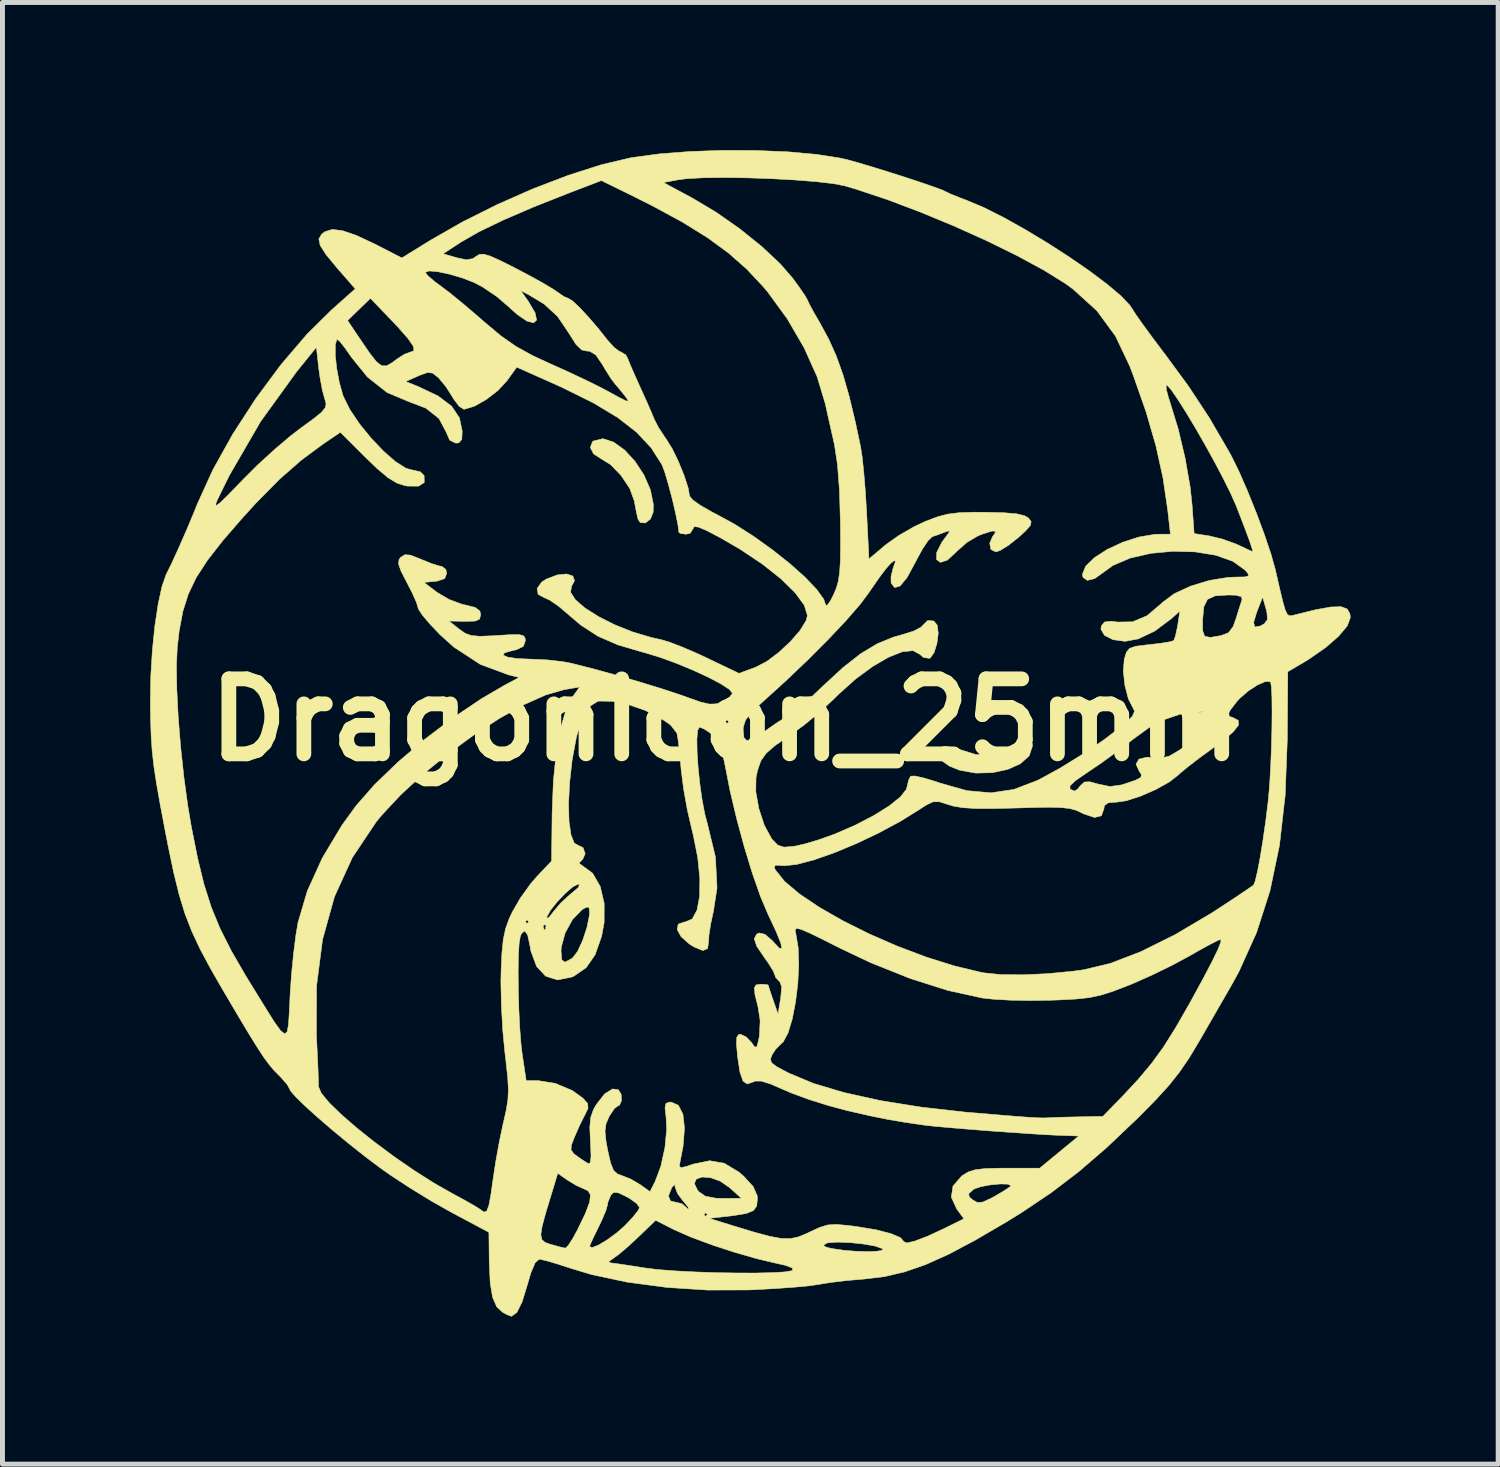
<source format=kicad_pcb>
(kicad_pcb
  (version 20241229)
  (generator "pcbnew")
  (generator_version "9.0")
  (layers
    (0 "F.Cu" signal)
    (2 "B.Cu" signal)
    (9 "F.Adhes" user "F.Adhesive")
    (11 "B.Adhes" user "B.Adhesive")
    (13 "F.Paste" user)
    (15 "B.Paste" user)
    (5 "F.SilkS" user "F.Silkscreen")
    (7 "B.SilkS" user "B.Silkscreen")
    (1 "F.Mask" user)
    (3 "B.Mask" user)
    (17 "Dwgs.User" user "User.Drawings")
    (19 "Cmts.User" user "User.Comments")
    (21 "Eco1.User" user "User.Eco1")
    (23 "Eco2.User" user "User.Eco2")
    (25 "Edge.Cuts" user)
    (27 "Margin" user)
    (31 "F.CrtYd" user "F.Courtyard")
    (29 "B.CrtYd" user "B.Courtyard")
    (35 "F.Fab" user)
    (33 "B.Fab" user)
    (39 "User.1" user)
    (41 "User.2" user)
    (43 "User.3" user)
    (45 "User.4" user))
  (footprint "DragonIcon_25mm"
    (layer "F.Cu")
    (at 11.688 11.579)
    (property "Reference" "DragonIcon_25mm" (at 0 0 0) (layer "F.SilkS") (effects (font (size 1.524 1.524) (thickness 0.3))))
    (attr through_hole)
    (fp_poly (pts (xy 6.22 0.402) (xy 6.241 0.503) (xy 6.241 0.533) (xy 6.175 0.729) (xy 5.997 0.89) (xy 5.737 1.006) (xy 5.425 1.072) (xy 5.091 1.08) (xy 4.765 1.023) (xy 4.554 0.938) (xy 4.35 0.795) (xy 4.277 0.666) (xy 4.32 0.573) (xy 4.464 0.536) (xy 4.695 0.575) (xy 4.791 0.609) (xy 5.086 0.702) (xy 5.334 0.709) (xy 5.598 0.626) (xy 5.762 0.544) (xy 6.006 0.422) (xy 6.15 0.375) (xy 6.22 0.402)) (stroke (width 0.01) (type solid)) (fill yes) (layer "F.SilkS"))
    (fp_poly (pts (xy -2.271 -5.646) (xy -2.047 -5.485) (xy -1.835 -5.255) (xy -1.654 -4.979) (xy -1.523 -4.68) (xy -1.462 -4.38) (xy -1.465 -4.222) (xy -1.522 -4.08) (xy -1.625 -4.002) (xy -1.727 -4.01) (xy -1.773 -4.077) (xy -1.804 -4.209) (xy -1.842 -4.409) (xy -1.848 -4.447) (xy -1.941 -4.702) (xy -2.116 -4.966) (xy -2.33 -5.187) (xy -2.519 -5.304) (xy -2.676 -5.406) (xy -2.743 -5.536) (xy -2.7 -5.651) (xy -2.678 -5.669) (xy -2.487 -5.715) (xy -2.271 -5.646)) (stroke (width 0.01) (type solid)) (fill yes) (layer "F.SilkS"))
    (fp_poly (pts (xy 0.629 -11.571) (xy 1.274 -11.544) (xy 1.855 -11.492) (xy 2.339 -11.416) (xy 2.467 -11.387) (xy 2.689 -11.326) (xy 2.981 -11.239) (xy 3.313 -11.136) (xy 3.654 -11.028) (xy 3.97 -10.923) (xy 4.233 -10.833) (xy 4.409 -10.768) (xy 4.463 -10.743) (xy 4.569 -10.691) (xy 4.761 -10.613) (xy 4.899 -10.561) (xy 5.247 -10.415) (xy 5.652 -10.212) (xy 6.092 -9.966) (xy 6.544 -9.694) (xy 6.987 -9.408) (xy 7.399 -9.124) (xy 7.756 -8.856) (xy 8.038 -8.618) (xy 8.221 -8.425) (xy 8.263 -8.362) (xy 8.344 -8.235) (xy 8.494 -8.023) (xy 8.691 -7.754) (xy 8.914 -7.458) (xy 8.924 -7.446) (xy 9.413 -6.78) (xy 9.836 -6.137) (xy 10.237 -5.448) (xy 10.28 -5.37) (xy 10.435 -5.056) (xy 10.611 -4.654) (xy 10.79 -4.209) (xy 10.956 -3.763) (xy 11.091 -3.361) (xy 11.178 -3.048) (xy 11.266 -2.664) (xy 11.33 -2.399) (xy 11.378 -2.234) (xy 11.42 -2.147) (xy 11.464 -2.116) (xy 11.52 -2.121) (xy 11.562 -2.132) (xy 11.993 -2.239) (xy 12.305 -2.295) (xy 12.514 -2.301) (xy 12.637 -2.255) (xy 12.693 -2.156) (xy 12.7 -2.076) (xy 12.638 -1.909) (xy 12.463 -1.701) (xy 12.198 -1.47) (xy 11.861 -1.236) (xy 11.757 -1.172) (xy 11.43 -0.98) (xy 11.42 0.399) (xy 11.377 1.528) (xy 11.261 2.547) (xy 11.068 3.473) (xy 10.794 4.324) (xy 10.436 5.116) (xy 10.276 5.407) (xy 10.154 5.619) (xy 9.983 5.915) (xy 9.789 6.252) (xy 9.628 6.531) (xy 9.426 6.868) (xy 9.229 7.156) (xy 9.011 7.43) (xy 8.741 7.726) (xy 8.393 8.078) (xy 8.36 8.11) (xy 7.753 8.687) (xy 7.187 9.175) (xy 6.622 9.606) (xy 6.018 10.012) (xy 5.697 10.21) (xy 5.071 10.575) (xy 4.536 10.859) (xy 4.066 11.07) (xy 3.64 11.217) (xy 3.233 11.312) (xy 2.823 11.361) (xy 2.803 11.363) (xy 2.474 11.391) (xy 2.152 11.429) (xy 1.904 11.469) (xy 1.896 11.471) (xy 1.702 11.499) (xy 1.399 11.527) (xy 1.025 11.554) (xy 0.614 11.577) (xy 0.472 11.583) (xy -0.358 11.585) (xy -1.192 11.531) (xy -1.989 11.425) (xy -2.713 11.271) (xy -3.137 11.144) (xy -3.407 11.056) (xy -3.565 11.009) (xy -2.373 11.009) (xy -2.326 11.034) (xy -2.322 11.034) (xy -2.202 11.049) (xy -1.982 11.081) (xy -1.703 11.125) (xy -1.633 11.136) (xy -1.37 11.169) (xy -1.026 11.195) (xy -0.627 11.216) (xy -0.203 11.231) (xy 0.221 11.238) (xy 0.616 11.239) (xy 0.954 11.231) (xy 1.209 11.216) (xy 1.353 11.192) (xy 1.366 11.185) (xy 1.364 11.137) (xy 1.22 11.082) (xy 1.031 11.04) (xy 0.639 10.947) (xy 0.187 10.817) (xy -0.235 10.679) (xy 1.993 10.679) (xy 2.054 10.715) (xy 2.177 10.743) (xy 2.399 10.776) (xy 2.645 10.796) (xy 2.882 10.803) (xy 3.075 10.797) (xy 3.191 10.777) (xy 3.196 10.744) (xy 3.195 10.744) (xy 3.048 10.692) (xy 2.812 10.65) (xy 2.539 10.621) (xy 2.282 10.611) (xy 2.095 10.623) (xy 2.052 10.636) (xy 1.993 10.679) (xy -0.235 10.679) (xy -0.273 10.666) (xy -0.694 10.51) (xy -1.027 10.364) (xy -1.052 10.352) (xy -1.415 10.167) (xy -1.778 10.517) (xy -1.984 10.707) (xy -2.168 10.863) (xy -2.286 10.947) (xy -2.373 11.009) (xy -3.565 11.009) (xy -3.631 10.99) (xy -3.768 10.959) (xy -3.781 10.958) (xy -3.864 11.03) (xy -3.954 11.243) (xy -4.015 11.455) (xy -4.126 11.819) (xy -4.234 12.039) (xy -4.341 12.117) (xy -4.351 12.117) (xy -4.439 12.083) (xy -4.522 12.039) (xy -4.646 11.923) (xy -4.729 11.731) (xy -4.777 11.442) (xy -4.796 11.032) (xy -4.797 11.006) (xy -4.803 10.459) (xy -3.748 10.459) (xy -3.728 10.558) (xy -3.665 10.615) (xy -3.558 10.654) (xy -3.543 10.658) (xy -3.365 10.707) (xy -3.254 10.733) (xy -3.249 10.734) (xy -3.213 10.7) (xy -2.758 10.7) (xy -2.707 10.722) (xy -2.577 10.671) (xy -2.398 10.564) (xy -2.204 10.421) (xy -2.05 10.286) (xy -1.885 10.112) (xy -1.836 10.051) (xy -0.435 10.051) (xy -0.399 10.087) (xy -0.363 10.051) (xy -0.399 10.015) (xy -0.435 10.051) (xy -1.836 10.051) (xy -1.773 9.971) (xy -1.742 9.907) (xy -1.8 9.827) (xy -1.945 9.722) (xy -2.001 9.691) (xy -2.033 9.675) (xy -1.156 9.675) (xy -1.111 9.776) (xy -1.02 9.797) (xy -0.881 9.83) (xy -0.835 9.87) (xy -0.76 9.939) (xy -0.745 9.942) (xy -0.757 9.897) (xy -0.846 9.788) (xy -0.858 9.774) (xy -0.97 9.625) (xy -1.017 9.502) (xy -1.03 9.437) (xy -1.084 9.5) (xy -1.089 9.507) (xy -1.156 9.675) (xy -2.033 9.675) (xy -2.174 9.608) (xy -2.269 9.6) (xy -2.326 9.656) (xy -2.386 9.801) (xy -2.394 9.854) (xy -2.425 9.967) (xy -2.506 10.158) (xy -2.576 10.305) (xy -2.676 10.509) (xy -2.742 10.654) (xy -2.758 10.7) (xy -3.213 10.7) (xy -3.19 10.678) (xy -3.093 10.527) (xy -3.003 10.36) (xy -2.843 10.028) (xy -2.757 9.799) (xy -2.74 9.652) (xy -2.789 9.568) (xy -2.854 9.537) (xy -3.028 9.459) (xy -3.208 9.35) (xy -3.404 9.212) (xy -3.543 9.668) (xy -3.655 10.038) (xy -3.723 10.293) (xy -3.748 10.459) (xy -4.803 10.459) (xy -4.803 10.412) (xy -5.577 9.999) (xy -5.97 9.777) (xy -6.399 9.514) (xy -6.8 9.252) (xy -7.003 9.109) (xy -7.322 8.869) (xy -7.655 8.605) (xy -7.983 8.334) (xy -8.284 8.075) (xy -8.54 7.844) (xy -8.73 7.659) (xy -8.835 7.537) (xy -8.849 7.507) (xy -8.9 7.412) (xy -9.024 7.269) (xy -9.074 7.218) (xy -9.171 7.12) (xy -9.267 7.006) (xy -9.375 6.859) (xy -9.506 6.66) (xy -9.651 6.426) (xy -8.308 6.426) (xy -8.29 6.78) (xy -8.276 7.094) (xy -8.268 7.331) (xy -8.266 7.452) (xy -8.21 7.584) (xy -8.05 7.777) (xy -7.803 8.018) (xy -7.488 8.291) (xy -7.123 8.582) (xy -6.728 8.875) (xy -6.32 9.157) (xy -5.918 9.412) (xy -5.541 9.626) (xy -5.539 9.627) (xy -5.293 9.76) (xy -5.095 9.873) (xy -4.983 9.944) (xy -4.975 9.951) (xy -4.902 10.001) (xy -4.848 9.98) (xy -4.805 9.869) (xy -4.763 9.647) (xy -4.726 9.38) (xy -4.668 8.994) (xy -4.592 8.574) (xy -4.515 8.205) (xy -4.508 8.179) (xy -4.45 7.922) (xy -4.417 7.713) (xy -4.408 7.506) (xy -4.422 7.26) (xy -4.458 6.93) (xy -4.478 6.763) (xy -4.522 6.305) (xy -4.55 5.796) (xy -4.56 5.315) (xy -4.556 5.128) (xy -4.209 5.128) (xy -4.205 5.509) (xy -4.194 5.905) (xy -4.175 6.282) (xy -4.149 6.609) (xy -4.128 6.782) (xy -4.046 7.33) (xy -3.799 7.33) (xy -3.454 7.385) (xy -3.11 7.53) (xy -2.897 7.682) (xy -2.797 7.793) (xy -2.789 7.892) (xy -2.857 8.032) (xy -2.964 8.246) (xy -3.068 8.485) (xy -3.073 8.497) (xy -3.128 8.641) (xy -3.135 8.736) (xy -3.075 8.818) (xy -2.928 8.924) (xy -2.786 9.015) (xy -2.744 8.999) (xy -2.728 8.869) (xy -2.738 8.612) (xy -2.741 8.567) (xy -2.753 8.277) (xy -2.735 8.077) (xy -2.678 7.915) (xy -2.62 7.814) (xy -2.45 7.597) (xy -2.288 7.498) (xy -2.171 7.515) (xy -2.116 7.606) (xy -2.109 7.734) (xy -2.147 7.827) (xy -2.175 7.838) (xy -2.253 7.896) (xy -2.349 8.039) (xy -2.363 8.064) (xy -2.425 8.21) (xy -2.444 8.359) (xy -2.423 8.564) (xy -2.389 8.748) (xy -2.33 9.005) (xy -2.271 9.152) (xy -2.19 9.226) (xy -2.115 9.253) (xy -1.923 9.329) (xy -1.731 9.442) (xy -1.53 9.585) (xy -1.446 9.419) (xy -0.629 9.419) (xy -0.564 9.556) (xy -0.54 9.584) (xy -0.405 9.678) (xy -0.195 9.718) (xy -0.043 9.722) (xy 0.327 9.72) (xy 0.09 9.505) (xy -0.101 9.373) (xy -0.296 9.302) (xy -0.467 9.288) (xy -0.587 9.328) (xy -0.629 9.419) (xy -1.446 9.419) (xy -1.427 9.382) (xy -1.31 9.07) (xy -1.227 8.693) (xy -1.191 8.319) (xy -1.203 8.077) (xy -1.225 7.882) (xy -1.205 7.791) (xy -1.131 7.766) (xy -1.102 7.765) (xy -0.954 7.83) (xy -0.861 8.012) (xy -0.829 8.296) (xy -0.858 8.665) (xy -0.918 8.974) (xy -0.934 9.068) (xy -0.898 9.098) (xy -0.778 9.069) (xy -0.649 9.025) (xy -0.317 8.957) (xy -0.021 9.008) (xy 0.273 9.186) (xy 0.371 9.269) (xy 0.567 9.482) (xy 0.649 9.67) (xy 0.653 9.729) (xy 0.638 9.876) (xy 0.572 9.97) (xy 0.426 10.029) (xy 0.173 10.071) (xy 0.08 10.082) (xy -0.327 10.128) (xy 0.181 10.285) (xy 0.6 10.412) (xy 0.911 10.495) (xy 1.142 10.537) (xy 1.323 10.539) (xy 1.484 10.505) (xy 1.654 10.435) (xy 1.721 10.403) (xy 1.921 10.311) (xy 2.081 10.262) (xy 2.252 10.251) (xy 2.485 10.271) (xy 2.673 10.295) (xy 3.064 10.36) (xy 3.366 10.438) (xy 3.56 10.52) (xy 3.629 10.602) (xy 3.689 10.628) (xy 3.857 10.588) (xy 4.115 10.489) (xy 4.438 10.339) (xy 4.849 10.136) (xy 4.704 9.94) (xy 4.593 9.698) (xy 4.603 9.631) (xy 4.943 9.631) (xy 4.962 9.697) (xy 5.029 9.754) (xy 5.124 9.806) (xy 5.233 9.797) (xy 5.402 9.719) (xy 5.483 9.675) (xy 5.666 9.567) (xy 5.783 9.488) (xy 5.806 9.464) (xy 5.743 9.433) (xy 5.588 9.429) (xy 5.39 9.447) (xy 5.197 9.483) (xy 5.058 9.531) (xy 5.039 9.543) (xy 4.943 9.631) (xy 4.603 9.631) (xy 4.626 9.473) (xy 4.801 9.27) (xy 4.814 9.26) (xy 4.935 9.186) (xy 5.08 9.14) (xy 5.284 9.116) (xy 5.586 9.108) (xy 5.704 9.108) (xy 6.389 9.108) (xy 6.786 8.781) (xy 7.182 8.455) (xy 6.73 8.439) (xy 6.494 8.427) (xy 6.163 8.406) (xy 5.769 8.379) (xy 5.348 8.349) (xy 4.934 8.316) (xy 4.56 8.285) (xy 4.261 8.258) (xy 4.071 8.238) (xy 4.064 8.237) (xy 3.652 8.177) (xy 3.299 8.117) (xy 2.94 8.044) (xy 2.509 7.946) (xy 2.475 7.938) (xy 2.088 7.834) (xy 1.688 7.708) (xy 1.336 7.578) (xy 1.202 7.52) (xy 0.916 7.396) (xy 0.727 7.338) (xy 0.605 7.339) (xy 0.562 7.358) (xy 0.445 7.398) (xy 0.36 7.337) (xy 0.298 7.159) (xy 0.257 6.893) (xy 0.917 6.893) (xy 0.94 6.966) (xy 1.044 7.046) (xy 1.254 7.158) (xy 1.296 7.179) (xy 1.792 7.386) (xy 2.415 7.572) (xy 3.148 7.734) (xy 3.973 7.867) (xy 4.872 7.969) (xy 5.007 7.98) (xy 5.492 8.021) (xy 5.855 8.051) (xy 6.116 8.071) (xy 6.298 8.082) (xy 6.422 8.087) (xy 6.51 8.087) (xy 6.568 8.084) (xy 6.714 8.077) (xy 6.951 8.07) (xy 7.193 8.065) (xy 7.674 8.055) (xy 8.079 7.638) (xy 8.397 7.297) (xy 8.664 6.977) (xy 8.908 6.641) (xy 9.154 6.249) (xy 9.431 5.766) (xy 9.449 5.733) (xy 9.706 5.263) (xy 9.892 4.908) (xy 10.012 4.661) (xy 10.069 4.514) (xy 10.071 4.458) (xy 10.003 4.483) (xy 9.839 4.567) (xy 9.606 4.695) (xy 9.452 4.784) (xy 9.095 4.977) (xy 8.678 5.181) (xy 8.276 5.36) (xy 8.179 5.399) (xy 7.878 5.514) (xy 7.633 5.592) (xy 7.399 5.642) (xy 7.131 5.671) (xy 6.783 5.69) (xy 6.6 5.696) (xy 6.197 5.702) (xy 5.796 5.695) (xy 5.446 5.675) (xy 5.225 5.651) (xy 4.523 5.497) (xy 3.755 5.253) (xy 2.955 4.933) (xy 2.341 4.642) (xy 1.972 4.456) (xy 1.713 4.33) (xy 1.547 4.258) (xy 1.456 4.235) (xy 1.422 4.255) (xy 1.425 4.311) (xy 1.434 4.345) (xy 1.481 4.625) (xy 1.493 4.971) (xy 1.474 5.35) (xy 1.428 5.729) (xy 1.361 6.076) (xy 1.275 6.359) (xy 1.177 6.543) (xy 1.13 6.585) (xy 1.025 6.69) (xy 0.952 6.802) (xy 0.917 6.893) (xy 0.257 6.893) (xy 0.251 6.852) (xy 0.25 6.84) (xy 0.227 6.588) (xy 0.233 6.449) (xy 0.271 6.393) (xy 0.308 6.386) (xy 0.427 6.442) (xy 0.528 6.55) (xy 0.599 6.646) (xy 0.64 6.643) (xy 0.674 6.522) (xy 0.693 6.425) (xy 0.708 6.108) (xy 0.664 5.826) (xy 0.603 5.581) (xy 0.589 5.444) (xy 0.626 5.384) (xy 0.718 5.37) (xy 0.726 5.37) (xy 0.844 5.378) (xy 0.872 5.388) (xy 0.894 5.461) (xy 0.948 5.623) (xy 0.972 5.692) (xy 1.071 5.977) (xy 1.125 5.658) (xy 1.146 5.424) (xy 1.108 5.318) (xy 1.098 5.313) (xy 1.018 5.227) (xy 1.014 5.201) (xy 0.972 5.097) (xy 0.867 4.929) (xy 0.796 4.831) (xy 0.64 4.6) (xy 0.588 4.448) (xy 0.635 4.356) (xy 0.686 4.329) (xy 0.803 4.355) (xy 0.953 4.482) (xy 0.976 4.509) (xy 1.099 4.638) (xy 1.149 4.646) (xy 1.127 4.533) (xy 1.031 4.296) (xy 0.869 3.951) (xy 0.715 3.588) (xy 0.551 3.119) (xy 0.514 2.999) (xy 0.995 2.999) (xy 1.015 3.043) (xy 1.201 3.277) (xy 1.506 3.535) (xy 1.91 3.807) (xy 2.39 4.081) (xy 2.925 4.348) (xy 3.494 4.596) (xy 4.075 4.816) (xy 4.646 4.996) (xy 5.187 5.126) (xy 5.261 5.14) (xy 5.602 5.175) (xy 6.045 5.179) (xy 6.549 5.156) (xy 7.074 5.105) (xy 7.284 5.076) (xy 7.825 4.947) (xy 8.446 4.708) (xy 9.138 4.364) (xy 9.891 3.919) (xy 10.378 3.599) (xy 10.564 3.473) (xy 10.695 3.384) (xy 10.734 3.358) (xy 10.768 3.274) (xy 10.815 3.074) (xy 10.87 2.787) (xy 10.926 2.44) (xy 10.98 2.064) (xy 11.027 1.685) (xy 11.037 1.597) (xy 11.062 1.302) (xy 11.082 0.95) (xy 11.097 0.568) (xy 11.107 0.186) (xy 11.11 -0.168) (xy 11.107 -0.466) (xy 11.097 -0.677) (xy 11.079 -0.774) (xy 11.078 -0.775) (xy 10.98 -0.782) (xy 10.816 -0.712) (xy 10.626 -0.588) (xy 10.45 -0.435) (xy 10.389 -0.367) (xy 10.261 -0.2) (xy 10.219 -0.111) (xy 10.253 -0.068) (xy 10.308 -0.051) (xy 10.423 0.008) (xy 10.43 0.103) (xy 10.322 0.242) (xy 10.095 0.435) (xy 9.893 0.583) (xy 9.633 0.773) (xy 9.408 0.946) (xy 9.251 1.075) (xy 9.211 1.113) (xy 9.02 1.262) (xy 8.744 1.416) (xy 8.435 1.55) (xy 8.148 1.642) (xy 7.965 1.669) (xy 7.781 1.684) (xy 7.703 1.741) (xy 7.693 1.807) (xy 7.643 1.947) (xy 7.503 1.982) (xy 7.282 1.909) (xy 7.24 1.888) (xy 7.126 1.835) (xy 6.997 1.8) (xy 6.826 1.781) (xy 6.585 1.774) (xy 6.248 1.78) (xy 5.908 1.79) (xy 5.436 1.801) (xy 5.084 1.8) (xy 4.824 1.783) (xy 4.633 1.751) (xy 4.536 1.721) (xy 4.352 1.663) (xy 4.221 1.664) (xy 4.078 1.732) (xy 3.955 1.813) (xy 3.559 2.059) (xy 3.119 2.296) (xy 2.662 2.513) (xy 2.215 2.699) (xy 1.804 2.843) (xy 1.457 2.935) (xy 1.199 2.963) (xy 1.154 2.959) (xy 1.017 2.951) (xy 0.995 2.999) (xy 0.514 2.999) (xy 0.386 2.58) (xy 0.231 2.007) (xy 0.096 1.438) (xy -0.004 0.925) (xy -0.068 0.626) (xy -0.146 0.432) (xy -0.255 0.303) (xy -0.271 0.29) (xy -0.42 0.189) (xy -0.523 0.145) (xy -0.525 0.145) (xy -0.562 0.212) (xy -0.577 0.391) (xy -0.573 0.653) (xy -0.552 0.967) (xy -0.517 1.304) (xy -0.47 1.632) (xy -0.414 1.922) (xy -0.365 2.105) (xy -0.2 2.786) (xy -0.168 3.414) (xy -0.24 3.883) (xy -0.297 4.146) (xy -0.332 4.375) (xy -0.338 4.492) (xy -0.359 4.647) (xy -0.456 4.686) (xy -0.635 4.613) (xy -0.731 4.553) (xy -0.9 4.402) (xy -0.977 4.259) (xy -0.957 4.15) (xy -0.834 4.106) (xy -0.816 4.106) (xy -0.673 4.046) (xy -0.575 3.866) (xy -0.522 3.585) (xy -0.517 3.223) (xy -0.56 2.798) (xy -0.653 2.329) (xy -0.682 2.213) (xy -0.771 1.829) (xy -0.847 1.405) (xy -0.896 1.023) (xy -0.901 0.964) (xy -0.927 0.673) (xy -0.955 0.431) (xy -0.981 0.281) (xy -0.987 0.262) (xy -1.112 0.103) (xy -1.208 0.036) (xy 0 0.036) (xy 0.036 0.073) (xy 0.073 0.036) (xy 0.036 0) (xy 0 0.036) (xy -1.208 0.036) (xy -1.343 -0.056) (xy -1.641 -0.199) (xy -1.969 -0.312) (xy -2.288 -0.378) (xy -2.559 -0.383) (xy -2.592 -0.378) (xy -2.758 -0.273) (xy -2.903 -0.034) (xy -3.022 0.333) (xy -3.113 0.819) (xy -3.164 1.279) (xy -3.185 1.706) (xy -3.175 2.066) (xy -3.135 2.337) (xy -3.07 2.501) (xy -3.005 2.54) (xy -2.89 2.596) (xy -2.847 2.718) (xy -2.899 2.835) (xy -2.91 2.843) (xy -2.973 2.91) (xy -2.917 2.952) (xy -2.696 3.115) (xy -2.542 3.382) (xy -2.461 3.726) (xy -2.462 4.118) (xy -2.513 4.396) (xy -2.646 4.773) (xy -2.827 5.034) (xy -3.075 5.205) (xy -3.121 5.225) (xy -3.408 5.283) (xy -3.65 5.207) (xy -3.835 5.009) (xy -3.95 4.698) (xy -3.338 4.698) (xy -3.322 4.876) (xy -3.258 4.923) (xy -3.125 4.851) (xy -3.097 4.83) (xy -2.999 4.699) (xy -2.897 4.477) (xy -2.812 4.22) (xy -2.763 3.98) (xy -2.758 3.898) (xy -2.771 3.803) (xy -2.836 3.811) (xy -2.915 3.86) (xy -3.103 4.053) (xy -3.253 4.326) (xy -3.333 4.615) (xy -3.338 4.698) (xy -3.95 4.698) (xy -3.951 4.697) (xy -3.97 4.584) (xy -4.016 4.369) (xy -4.075 4.287) (xy -4.141 4.342) (xy -4.165 4.397) (xy -4.189 4.539) (xy -4.204 4.794) (xy -4.209 5.128) (xy -4.556 5.128) (xy -4.556 5.116) (xy -4.539 4.736) (xy -4.511 4.459) (xy -4.465 4.242) (xy -4.453 4.209) (xy -3.701 4.209) (xy -3.675 4.269) (xy -3.653 4.258) (xy -3.644 4.171) (xy -3.653 4.161) (xy -3.696 4.171) (xy -3.701 4.209) (xy -4.453 4.209) (xy -4.414 4.1) (xy -4.064 4.1) (xy -4.028 4.137) (xy -3.991 4.1) (xy -4.028 4.064) (xy -4.064 4.1) (xy -4.414 4.1) (xy -4.393 4.043) (xy -4.384 4.023) (xy -3.628 4.023) (xy -3.595 4.024) (xy -3.513 3.925) (xy -3.495 3.899) (xy -3.346 3.721) (xy -3.151 3.543) (xy -3.119 3.518) (xy -2.983 3.402) (xy -2.965 3.343) (xy -2.992 3.338) (xy -3.098 3.391) (xy -3.251 3.523) (xy -3.414 3.694) (xy -3.551 3.866) (xy -3.624 3.998) (xy -3.628 4.023) (xy -4.384 4.023) (xy -4.334 3.914) (xy -4.166 3.622) (xy -3.953 3.326) (xy -3.834 3.188) (xy -3.53 2.867) (xy -3.519 1.887) (xy -3.494 1.249) (xy -3.436 0.674) (xy -3.35 0.183) (xy -3.238 -0.204) (xy -3.109 -0.461) (xy -2.96 -0.669) (xy -3.276 -0.615) (xy -3.651 -0.507) (xy -4.097 -0.307) (xy -4.592 -0.029) (xy -5.113 0.309) (xy -5.635 0.69) (xy -6.136 1.098) (xy -6.592 1.518) (xy -6.979 1.932) (xy -7.091 2.068) (xy -7.578 2.796) (xy -7.942 3.593) (xy -8.184 4.463) (xy -8.306 5.409) (xy -8.308 6.426) (xy -9.651 6.426) (xy -9.673 6.391) (xy -9.887 6.034) (xy -10.161 5.569) (xy -10.172 5.552) (xy -10.448 5.073) (xy -10.667 4.666) (xy -10.84 4.297) (xy -10.981 3.934) (xy -11.1 3.543) (xy -11.211 3.091) (xy -11.325 2.544) (xy -11.382 2.25) (xy -11.483 1.718) (xy -11.558 1.293) (xy -11.611 0.942) (xy -11.646 0.631) (xy -11.667 0.325) (xy -11.678 -0.01) (xy -11.683 -0.372) (xy -11.674 -0.891) (xy -11.661 -1.098) (xy -11.153 -1.098) (xy -11.145 -0.613) (xy -11.116 -0.051) (xy -11.067 0.552) (xy -11.001 1.164) (xy -10.921 1.751) (xy -10.849 2.177) (xy -10.722 2.811) (xy -10.593 3.34) (xy -10.446 3.803) (xy -10.266 4.24) (xy -10.039 4.69) (xy -9.749 5.192) (xy -9.609 5.42) (xy -9.353 5.835) (xy -9.167 6.132) (xy -9.037 6.313) (xy -8.953 6.38) (xy -8.903 6.337) (xy -8.875 6.186) (xy -8.859 5.929) (xy -8.843 5.59) (xy -8.815 5.173) (xy -8.773 4.748) (xy -8.725 4.367) (xy -8.682 4.116) (xy -8.494 3.478) (xy -8.19 2.808) (xy -7.788 2.137) (xy -7.501 1.742) (xy -7.127 1.315) (xy -6.653 0.858) (xy -6.11 0.396) (xy -5.531 -0.043) (xy -4.949 -0.435) (xy -4.471 -0.713) (xy -4.189 -0.863) (xy -4.399 -0.914) (xy -4.978 -1.129) (xy -5.518 -1.482) (xy -5.799 -1.735) (xy -5.999 -1.946) (xy -6.153 -2.127) (xy -6.234 -2.249) (xy -6.241 -2.273) (xy -6.274 -2.383) (xy -6.359 -2.576) (xy -6.468 -2.788) (xy -6.588 -3.022) (xy -6.639 -3.167) (xy -6.63 -3.258) (xy -6.595 -3.305) (xy -6.512 -3.357) (xy -6.397 -3.349) (xy -6.205 -3.274) (xy -6.179 -3.263) (xy -5.97 -3.178) (xy -5.806 -3.127) (xy -5.762 -3.121) (xy -5.679 -3.06) (xy -5.661 -2.98) (xy -5.702 -2.872) (xy -5.849 -2.822) (xy -5.892 -2.817) (xy -6.123 -2.794) (xy -5.855 -2.591) (xy -5.613 -2.448) (xy -5.343 -2.348) (xy -5.279 -2.335) (xy -5.077 -2.284) (xy -4.986 -2.211) (xy -4.971 -2.139) (xy -4.992 -2.049) (xy -5.081 -2.009) (xy -5.274 -2.003) (xy -5.293 -2.003) (xy -5.614 -2.01) (xy -5.406 -1.844) (xy -5.286 -1.76) (xy -5.16 -1.715) (xy -4.988 -1.7) (xy -4.726 -1.71) (xy -4.631 -1.717) (xy -4.347 -1.733) (xy -4.178 -1.732) (xy -4.094 -1.707) (xy -4.066 -1.653) (xy -4.064 -1.607) (xy -4.103 -1.495) (xy -4.24 -1.428) (xy -4.325 -1.409) (xy -4.485 -1.364) (xy -4.514 -1.317) (xy -4.424 -1.277) (xy -4.229 -1.247) (xy -3.944 -1.235) (xy -3.933 -1.235) (xy -3.619 -1.22) (xy -3.303 -1.184) (xy -3.135 -1.153) (xy -2.717 -1.048) (xy -2.243 -0.918) (xy -1.757 -0.777) (xy -1.303 -0.638) (xy -0.924 -0.513) (xy -0.777 -0.46) (xy -0.506 -0.365) (xy -0.324 -0.322) (xy -0.188 -0.326) (xy -0.069 -0.364) (xy 0.079 -0.451) (xy 0.145 -0.541) (xy 0.145 -0.544) (xy 0.081 -0.622) (xy -0.093 -0.735) (xy -0.348 -0.869) (xy -0.658 -1.012) (xy -0.994 -1.151) (xy -1.329 -1.273) (xy -1.635 -1.366) (xy -1.672 -1.375) (xy -2.179 -1.524) (xy -2.585 -1.7) (xy -2.936 -1.927) (xy -3.185 -2.139) (xy -3.385 -2.309) (xy -3.564 -2.433) (xy -3.664 -2.478) (xy -3.803 -2.551) (xy -3.824 -2.67) (xy -3.731 -2.801) (xy -3.637 -2.862) (xy -3.41 -2.948) (xy -3.222 -2.966) (xy -3.097 -2.924) (xy -3.064 -2.829) (xy -3.124 -2.717) (xy -3.144 -2.595) (xy -3.046 -2.442) (xy -2.85 -2.273) (xy -2.576 -2.1) (xy -2.245 -1.933) (xy -1.878 -1.787) (xy -1.495 -1.673) (xy -1.306 -1.632) (xy -1.131 -1.58) (xy -0.869 -1.479) (xy -0.563 -1.347) (xy -0.387 -1.265) (xy 0.278 -0.946) (xy 0.62 -1.072) (xy 0.845 -1.19) (xy 1.091 -1.375) (xy 1.326 -1.595) (xy 1.52 -1.819) (xy 1.642 -2.017) (xy 1.669 -2.122) (xy 1.605 -2.331) (xy 1.421 -2.583) (xy 1.133 -2.866) (xy 0.756 -3.165) (xy 0.304 -3.467) (xy -0.091 -3.697) (xy -0.369 -3.843) (xy -0.544 -3.918) (xy -0.632 -3.928) (xy -0.653 -3.889) (xy -0.714 -3.793) (xy -0.798 -3.774) (xy -0.916 -3.79) (xy -0.943 -3.813) (xy -0.963 -3.967) (xy -1.013 -4.214) (xy -1.082 -4.506) (xy -1.159 -4.796) (xy -1.231 -5.039) (xy -1.287 -5.186) (xy -1.506 -5.529) (xy -1.799 -5.844) (xy -2.184 -6.143) (xy -2.675 -6.439) (xy -3.29 -6.744) (xy -3.443 -6.814) (xy -4.237 -7.168) (xy -4.44 -6.888) (xy -4.622 -6.692) (xy -4.858 -6.51) (xy -5.099 -6.374) (xy -5.299 -6.314) (xy -5.315 -6.314) (xy -5.407 -6.372) (xy -5.518 -6.517) (xy -5.545 -6.564) (xy -5.676 -6.771) (xy -5.819 -6.944) (xy -5.833 -6.957) (xy -5.946 -7.047) (xy -6.05 -7.06) (xy -6.212 -7.002) (xy -6.241 -6.989) (xy -6.495 -6.877) (xy -6.241 -6.775) (xy -5.835 -6.582) (xy -5.56 -6.374) (xy -5.402 -6.137) (xy -5.346 -5.871) (xy -5.354 -5.7) (xy -5.413 -5.632) (xy -5.475 -5.624) (xy -5.599 -5.684) (xy -5.675 -5.856) (xy -5.817 -6.123) (xy -6.082 -6.334) (xy -6.437 -6.47) (xy -6.872 -6.653) (xy -7.271 -6.968) (xy -7.594 -7.367) (xy -7.732 -7.564) (xy -7.839 -7.697) (xy -7.892 -7.735) (xy -7.925 -7.621) (xy -7.925 -7.408) (xy -7.896 -7.14) (xy -7.843 -6.857) (xy -7.772 -6.603) (xy -7.762 -6.576) (xy -7.63 -6.309) (xy -7.433 -6.016) (xy -7.196 -5.725) (xy -6.944 -5.46) (xy -6.7 -5.247) (xy -6.488 -5.113) (xy -6.365 -5.08) (xy -6.197 -5.042) (xy -6.12 -4.966) (xy -6.117 -4.824) (xy -6.233 -4.75) (xy -6.458 -4.752) (xy -6.504 -4.759) (xy -6.673 -4.813) (xy -6.854 -4.923) (xy -7.076 -5.109) (xy -7.303 -5.328) (xy -7.821 -5.845) (xy -8.166 -5.612) (xy -8.612 -5.282) (xy -9.058 -4.892) (xy -9.53 -4.414) (xy -9.816 -4.1) (xy -10.216 -3.638) (xy -10.522 -3.245) (xy -10.75 -2.894) (xy -10.912 -2.556) (xy -11.023 -2.204) (xy -11.097 -1.809) (xy -11.136 -1.474) (xy -11.153 -1.098) (xy -11.661 -1.098) (xy -11.642 -1.415) (xy -11.591 -1.912) (xy -11.524 -2.356) (xy -11.446 -2.715) (xy -11.36 -2.961) (xy -11.352 -2.975) (xy -11.247 -3.187) (xy -11.109 -3.49) (xy -10.956 -3.838) (xy -10.809 -4.188) (xy -10.73 -4.383) (xy -10.356 -4.383) (xy -10.343 -4.357) (xy -10.268 -4.411) (xy -10.12 -4.553) (xy -9.889 -4.792) (xy -9.815 -4.869) (xy -9.508 -5.176) (xy -9.166 -5.489) (xy -8.839 -5.767) (xy -8.627 -5.93) (xy -8.367 -6.119) (xy -8.207 -6.249) (xy -8.129 -6.343) (xy -8.112 -6.424) (xy -8.137 -6.516) (xy -8.139 -6.522) (xy -8.188 -6.7) (xy -8.235 -6.956) (xy -8.261 -7.143) (xy -8.309 -7.573) (xy -8.717 -7.068) (xy -9.442 -6.065) (xy -10.079 -4.966) (xy -10.317 -4.481) (xy -10.356 -4.383) (xy -10.73 -4.383) (xy -10.727 -4.391) (xy -10.414 -5.079) (xy -10.011 -5.803) (xy -9.541 -6.528) (xy -9.03 -7.217) (xy -8.503 -7.834) (xy -8.218 -8.117) (xy -7.675 -8.117) (xy -7.423 -7.741) (xy -7.228 -7.456) (xy -7.089 -7.279) (xy -6.982 -7.197) (xy -6.882 -7.195) (xy -6.766 -7.262) (xy -6.677 -7.33) (xy -6.522 -7.43) (xy -6.404 -7.473) (xy -6.326 -7.502) (xy -6.338 -7.592) (xy -6.448 -7.751) (xy -6.66 -7.992) (xy -6.762 -8.1) (xy -7.211 -8.567) (xy -7.443 -8.342) (xy -7.675 -8.117) (xy -8.218 -8.117) (xy -8.013 -8.32) (xy -7.519 -8.76) (xy -7.806 -9.09) (xy -6.094 -9.09) (xy -6.039 -9.021) (xy -5.899 -8.902) (xy -5.786 -8.819) (xy -5.598 -8.677) (xy -5.344 -8.47) (xy -5.062 -8.231) (xy -4.895 -8.085) (xy -4.56 -7.804) (xy -4.25 -7.588) (xy -3.905 -7.398) (xy -3.553 -7.236) (xy -3.197 -7.076) (xy -2.845 -6.91) (xy -2.544 -6.762) (xy -2.395 -6.683) (xy -2.152 -6.55) (xy -2.017 -6.483) (xy -1.971 -6.477) (xy -1.996 -6.527) (xy -2.039 -6.586) (xy -2.169 -6.745) (xy -2.236 -6.822) (xy -2.332 -6.951) (xy -2.454 -7.146) (xy -2.497 -7.221) (xy -2.631 -7.417) (xy -2.757 -7.493) (xy -2.811 -7.495) (xy -2.921 -7.52) (xy -3.036 -7.634) (xy -3.179 -7.86) (xy -3.184 -7.868) (xy -3.409 -8.2) (xy -3.68 -8.45) (xy -3.984 -8.634) (xy -4.158 -8.725) (xy -4.002 -8.506) (xy -3.865 -8.273) (xy -3.834 -8.126) (xy -3.894 -8.069) (xy -4.031 -8.105) (xy -4.231 -8.241) (xy -4.393 -8.388) (xy -4.641 -8.601) (xy -4.927 -8.795) (xy -5.102 -8.888) (xy -5.349 -8.983) (xy -5.607 -9.058) (xy -5.841 -9.108) (xy -6.015 -9.123) (xy -6.093 -9.098) (xy -6.094 -9.09) (xy -7.806 -9.09) (xy -7.896 -9.193) (xy -8.113 -9.456) (xy -8.232 -9.642) (xy -8.259 -9.773) (xy -8.202 -9.871) (xy -8.135 -9.921) (xy -7.987 -9.967) (xy -7.781 -9.943) (xy -7.498 -9.846) (xy -7.12 -9.669) (xy -7.042 -9.629) (xy -6.572 -9.388) (xy -6.434 -9.473) (xy -5.733 -9.473) (xy -5.461 -9.393) (xy -5.259 -9.35) (xy -5.129 -9.374) (xy -5.064 -9.419) (xy -4.995 -9.46) (xy -4.906 -9.464) (xy -4.77 -9.423) (xy -4.558 -9.327) (xy -4.266 -9.18) (xy -3.964 -9.021) (xy -3.694 -8.871) (xy -3.493 -8.75) (xy -3.419 -8.699) (xy -3.277 -8.602) (xy -3.183 -8.563) (xy -3.1 -8.511) (xy -2.952 -8.371) (xy -2.766 -8.17) (xy -2.565 -7.935) (xy -2.4 -7.726) (xy -2.264 -7.573) (xy -2.148 -7.485) (xy -2.12 -7.478) (xy -2.021 -7.416) (xy -1.984 -7.348) (xy -1.933 -7.22) (xy -1.84 -7.007) (xy -1.726 -6.754) (xy -1.724 -6.749) (xy -1.605 -6.487) (xy -1.504 -6.257) (xy -1.443 -6.109) (xy -1.357 -5.942) (xy -1.225 -5.741) (xy -1.195 -5.699) (xy -1.076 -5.506) (xy -0.949 -5.244) (xy -0.835 -4.962) (xy -0.754 -4.711) (xy -0.726 -4.549) (xy -0.665 -4.473) (xy -0.503 -4.358) (xy -0.27 -4.225) (xy -0.186 -4.182) (xy 0.19 -3.977) (xy 0.578 -3.729) (xy 0.959 -3.456) (xy 1.313 -3.175) (xy 1.617 -2.903) (xy 1.853 -2.657) (xy 2 -2.454) (xy 2.038 -2.34) (xy 2.068 -2.325) (xy 2.137 -2.422) (xy 2.197 -2.54) (xy 2.257 -2.68) (xy 2.298 -2.825) (xy 2.324 -3.003) (xy 2.338 -3.242) (xy 2.342 -3.571) (xy 2.339 -3.991) (xy 2.321 -4.65) (xy 2.28 -5.187) (xy 2.218 -5.593) (xy 2.211 -5.624) (xy 2.142 -5.93) (xy 2.076 -6.224) (xy 2.032 -6.425) (xy 1.866 -6.974) (xy 1.601 -7.563) (xy 1.259 -8.151) (xy 0.862 -8.696) (xy 0.767 -8.808) (xy 0.434 -9.163) (xy 0.064 -9.489) (xy -0.363 -9.801) (xy -0.87 -10.115) (xy -1.48 -10.446) (xy -1.93 -10.672) (xy -2.436 -10.92) (xy -1.257 -10.92) (xy -0.671 -10.605) (xy -0.188 -10.317) (xy 0.293 -9.98) (xy 0.74 -9.621) (xy 1.117 -9.267) (xy 1.374 -8.97) (xy 1.522 -8.765) (xy 1.628 -8.609) (xy 1.669 -8.535) (xy 1.669 -8.534) (xy 1.703 -8.458) (xy 1.792 -8.293) (xy 1.918 -8.075) (xy 1.92 -8.071) (xy 2.101 -7.739) (xy 2.254 -7.398) (xy 2.39 -7.019) (xy 2.518 -6.574) (xy 2.647 -6.035) (xy 2.749 -5.552) (xy 2.782 -5.338) (xy 2.815 -5.021) (xy 2.846 -4.644) (xy 2.87 -4.247) (xy 2.871 -4.23) (xy 2.919 -3.271) (xy 3.259 -3.558) (xy 3.518 -3.743) (xy 3.835 -3.926) (xy 4.068 -4.036) (xy 4.306 -4.126) (xy 4.519 -4.182) (xy 4.754 -4.211) (xy 5.058 -4.221) (xy 5.294 -4.22) (xy 5.668 -4.21) (xy 5.923 -4.188) (xy 6.081 -4.15) (xy 6.164 -4.1) (xy 6.215 -4.028) (xy 6.199 -3.951) (xy 6.099 -3.838) (xy 5.95 -3.703) (xy 5.754 -3.548) (xy 5.583 -3.443) (xy 5.497 -3.414) (xy 5.397 -3.465) (xy 5.373 -3.589) (xy 5.432 -3.73) (xy 5.457 -3.759) (xy 5.5 -3.832) (xy 5.423 -3.839) (xy 5.237 -3.781) (xy 5.134 -3.74) (xy 4.91 -3.608) (xy 4.708 -3.43) (xy 4.694 -3.414) (xy 4.511 -3.246) (xy 4.37 -3.201) (xy 4.292 -3.261) (xy 4.296 -3.404) (xy 4.401 -3.612) (xy 4.443 -3.669) (xy 4.542 -3.801) (xy 4.553 -3.844) (xy 4.476 -3.822) (xy 4.461 -3.816) (xy 4.288 -3.751) (xy 4.207 -3.725) (xy 4.124 -3.648) (xy 4.006 -3.472) (xy 3.877 -3.234) (xy 3.854 -3.189) (xy 3.691 -2.889) (xy 3.552 -2.722) (xy 3.442 -2.689) (xy 3.369 -2.781) (xy 3.367 -2.915) (xy 3.41 -3.083) (xy 3.456 -3.218) (xy 3.437 -3.24) (xy 3.365 -3.186) (xy 3.267 -3.077) (xy 3.122 -2.884) (xy 2.958 -2.646) (xy 2.936 -2.613) (xy 2.744 -2.354) (xy 2.457 -2.023) (xy 2.095 -1.639) (xy 1.677 -1.22) (xy 1.221 -0.786) (xy 0.746 -0.355) (xy 0.744 -0.354) (xy 0.53 -0.152) (xy 0.412 0.002) (xy 0.366 0.145) (xy 0.363 0.209) (xy 0.379 0.361) (xy 0.44 0.42) (xy 0.564 0.385) (xy 0.771 0.254) (xy 0.871 0.181) (xy 1.067 0.045) (xy 1.22 -0.047) (xy 1.283 -0.073) (xy 1.358 -0.12) (xy 1.513 -0.251) (xy 1.726 -0.443) (xy 1.974 -0.679) (xy 1.976 -0.681) (xy 2.392 -1.064) (xy 2.753 -1.347) (xy 3.085 -1.547) (xy 3.417 -1.683) (xy 3.616 -1.739) (xy 3.832 -1.807) (xy 3.982 -1.887) (xy 4.02 -1.929) (xy 4.114 -2.021) (xy 4.236 -2.01) (xy 4.306 -1.927) (xy 4.327 -1.761) (xy 4.301 -1.555) (xy 4.242 -1.367) (xy 4.163 -1.257) (xy 4.152 -1.252) (xy 4.027 -1.269) (xy 3.952 -1.334) (xy 3.815 -1.408) (xy 3.597 -1.385) (xy 3.318 -1.275) (xy 2.997 -1.088) (xy 2.652 -0.835) (xy 2.303 -0.523) (xy 2.213 -0.434) (xy 1.932 -0.17) (xy 1.607 0.1) (xy 1.305 0.32) (xy 1.293 0.328) (xy 1.012 0.52) (xy 0.83 0.678) (xy 0.72 0.836) (xy 0.654 1.03) (xy 0.624 1.177) (xy 0.62 1.462) (xy 0.682 1.804) (xy 0.793 2.14) (xy 0.938 2.408) (xy 0.952 2.426) (xy 1.066 2.544) (xy 1.194 2.585) (xy 1.397 2.568) (xy 1.402 2.568) (xy 1.625 2.517) (xy 1.918 2.429) (xy 2.217 2.322) (xy 2.639 2.139) (xy 3.018 1.942) (xy 3.332 1.746) (xy 3.559 1.564) (xy 3.678 1.411) (xy 3.689 1.373) (xy 3.728 1.215) (xy 3.766 1.143) (xy 3.854 1.139) (xy 4.041 1.181) (xy 4.291 1.257) (xy 4.358 1.281) (xy 4.909 1.437) (xy 5.399 1.481) (xy 5.865 1.412) (xy 6.051 1.341) (xy 7.003 1.341) (xy 7.007 1.409) (xy 7.104 1.446) (xy 7.164 1.4) (xy 7.219 1.333) (xy 7.297 1.261) (xy 7.41 1.257) (xy 7.572 1.302) (xy 7.816 1.353) (xy 8.053 1.32) (xy 8.11 1.302) (xy 8.334 1.226) (xy 8.442 1.17) (xy 8.458 1.114) (xy 8.414 1.047) (xy 8.346 0.9) (xy 8.405 0.797) (xy 8.571 0.756) (xy 8.689 0.765) (xy 8.868 0.775) (xy 9.028 0.732) (xy 9.223 0.617) (xy 9.312 0.554) (xy 9.499 0.414) (xy 9.58 0.334) (xy 9.566 0.295) (xy 9.494 0.278) (xy 9.339 0.215) (xy 9.305 0.108) (xy 9.388 -0.014) (xy 9.538 -0.102) (xy 9.73 -0.189) (xy 9.785 -0.232) (xy 9.707 -0.231) (xy 9.5 -0.186) (xy 9.275 -0.127) (xy 8.925 -0.009) (xy 8.621 0.149) (xy 8.298 0.383) (xy 8.277 0.399) (xy 7.978 0.63) (xy 7.646 0.871) (xy 7.352 1.07) (xy 7.347 1.074) (xy 7.114 1.234) (xy 7.003 1.341) (xy 6.051 1.341) (xy 6.341 1.23) (xy 6.374 1.214) (xy 6.805 0.978) (xy 7.267 0.693) (xy 7.709 0.393) (xy 8.077 0.111) (xy 8.121 0.073) (xy 8.273 -0.076) (xy 8.315 -0.178) (xy 8.29 -0.234) (xy 8.191 -0.426) (xy 8.12 -0.7) (xy 8.088 -0.99) (xy 8.107 -1.233) (xy 8.109 -1.239) (xy 8.151 -1.376) (xy 8.215 -1.454) (xy 8.339 -1.497) (xy 8.561 -1.525) (xy 8.623 -1.531) (xy 8.865 -1.56) (xy 9.043 -1.59) (xy 9.112 -1.613) (xy 9.147 -1.703) (xy 9.185 -1.879) (xy 9.194 -1.932) (xy 9.211 -2.042) (xy 9.7 -2.042) (xy 9.7 -1.813) (xy 9.741 -1.701) (xy 9.854 -1.677) (xy 10.069 -1.713) (xy 10.224 -1.771) (xy 10.32 -1.897) (xy 10.35 -1.982) (xy 10.736 -1.982) (xy 10.759 -1.889) (xy 10.87 -1.908) (xy 10.952 -1.954) (xy 11.016 -2.039) (xy 11.005 -2.191) (xy 10.987 -2.258) (xy 10.919 -2.496) (xy 10.799 -2.191) (xy 10.736 -1.982) (xy 10.35 -1.982) (xy 10.374 -2.047) (xy 10.438 -2.255) (xy 10.49 -2.413) (xy 10.5 -2.439) (xy 10.489 -2.504) (xy 10.376 -2.534) (xy 10.222 -2.539) (xy 9.954 -2.521) (xy 9.798 -2.45) (xy 9.723 -2.296) (xy 9.7 -2.042) (xy 9.211 -2.042) (xy 9.237 -2.213) (xy 9.064 -2.058) (xy 8.727 -1.806) (xy 8.393 -1.647) (xy 8.124 -1.597) (xy 7.877 -1.631) (xy 7.704 -1.72) (xy 7.632 -1.846) (xy 7.643 -1.914) (xy 7.706 -1.99) (xy 7.84 -2.005) (xy 7.97 -1.989) (xy 8.278 -1.994) (xy 8.57 -2.118) (xy 8.871 -2.373) (xy 8.887 -2.39) (xy 9.122 -2.565) (xy 9.455 -2.719) (xy 9.837 -2.835) (xy 10.219 -2.897) (xy 10.36 -2.903) (xy 10.559 -2.906) (xy 10.636 -2.928) (xy 10.615 -2.984) (xy 10.562 -3.045) (xy 10.313 -3.224) (xy 9.964 -3.347) (xy 9.547 -3.415) (xy 9.097 -3.427) (xy 8.647 -3.385) (xy 8.229 -3.289) (xy 7.877 -3.139) (xy 7.689 -3.003) (xy 7.506 -2.872) (xy 7.356 -2.836) (xy 7.269 -2.897) (xy 7.257 -2.962) (xy 7.323 -3.125) (xy 7.502 -3.298) (xy 7.762 -3.465) (xy 8.074 -3.61) (xy 8.406 -3.717) (xy 8.727 -3.771) (xy 8.816 -3.774) (xy 9.045 -3.774) (xy 8.99 -4.264) (xy 8.894 -4.917) (xy 8.751 -5.568) (xy 8.551 -6.257) (xy 8.359 -6.805) (xy 8.958 -6.805) (xy 8.96 -6.723) (xy 9.004 -6.554) (xy 9.036 -6.457) (xy 9.203 -5.913) (xy 9.344 -5.318) (xy 9.445 -4.739) (xy 9.484 -4.379) (xy 9.527 -3.787) (xy 9.826 -3.741) (xy 10.094 -3.677) (xy 10.371 -3.578) (xy 10.414 -3.559) (xy 10.592 -3.475) (xy 10.703 -3.424) (xy 10.719 -3.417) (xy 10.707 -3.473) (xy 10.658 -3.622) (xy 10.636 -3.683) (xy 10.552 -3.909) (xy 10.444 -4.19) (xy 10.38 -4.354) (xy 10.273 -4.596) (xy 10.124 -4.896) (xy 9.946 -5.234) (xy 9.752 -5.586) (xy 9.554 -5.931) (xy 9.364 -6.247) (xy 9.197 -6.511) (xy 9.065 -6.703) (xy 8.979 -6.8) (xy 8.958 -6.805) (xy 8.359 -6.805) (xy 8.283 -7.02) (xy 8.221 -7.184) (xy 7.928 -7.801) (xy 7.55 -8.315) (xy 7.067 -8.754) (xy 6.91 -8.868) (xy 6.477 -9.137) (xy 5.935 -9.431) (xy 5.315 -9.736) (xy 4.646 -10.037) (xy 3.96 -10.321) (xy 3.288 -10.575) (xy 2.66 -10.784) (xy 2.431 -10.852) (xy 2.194 -10.898) (xy 1.844 -10.938) (xy 1.415 -10.972) (xy 0.94 -10.998) (xy 0.45 -11.015) (xy -0.02 -11.022) (xy -0.437 -11.017) (xy -0.77 -11) (xy -0.937 -10.979) (xy -1.257 -10.92) (xy -2.436 -10.92) (xy -2.517 -10.96) (xy -3.163 -10.713) (xy -3.896 -10.423) (xy -4.511 -10.158) (xy -5.002 -9.921) (xy -5.361 -9.716) (xy -5.372 -9.709) (xy -5.733 -9.473) (xy -6.434 -9.473) (xy -5.989 -9.748) (xy -5.341 -10.119) (xy -4.637 -10.471) (xy -3.909 -10.792) (xy -3.193 -11.066) (xy -2.521 -11.281) (xy -1.927 -11.422) (xy -1.887 -11.429) (xy -1.336 -11.503) (xy -0.71 -11.551) (xy -0.043 -11.574) (xy 0.629 -11.571)) (stroke (width 0.01) (type solid)) (fill yes) (layer "F.SilkS")))
  (gr_rect
    (start -3 -3)
    (end 27.393 26.701)
    (stroke (width 0.1) (type default))
    (fill no)
    (layer "Edge.Cuts")))
</source>
